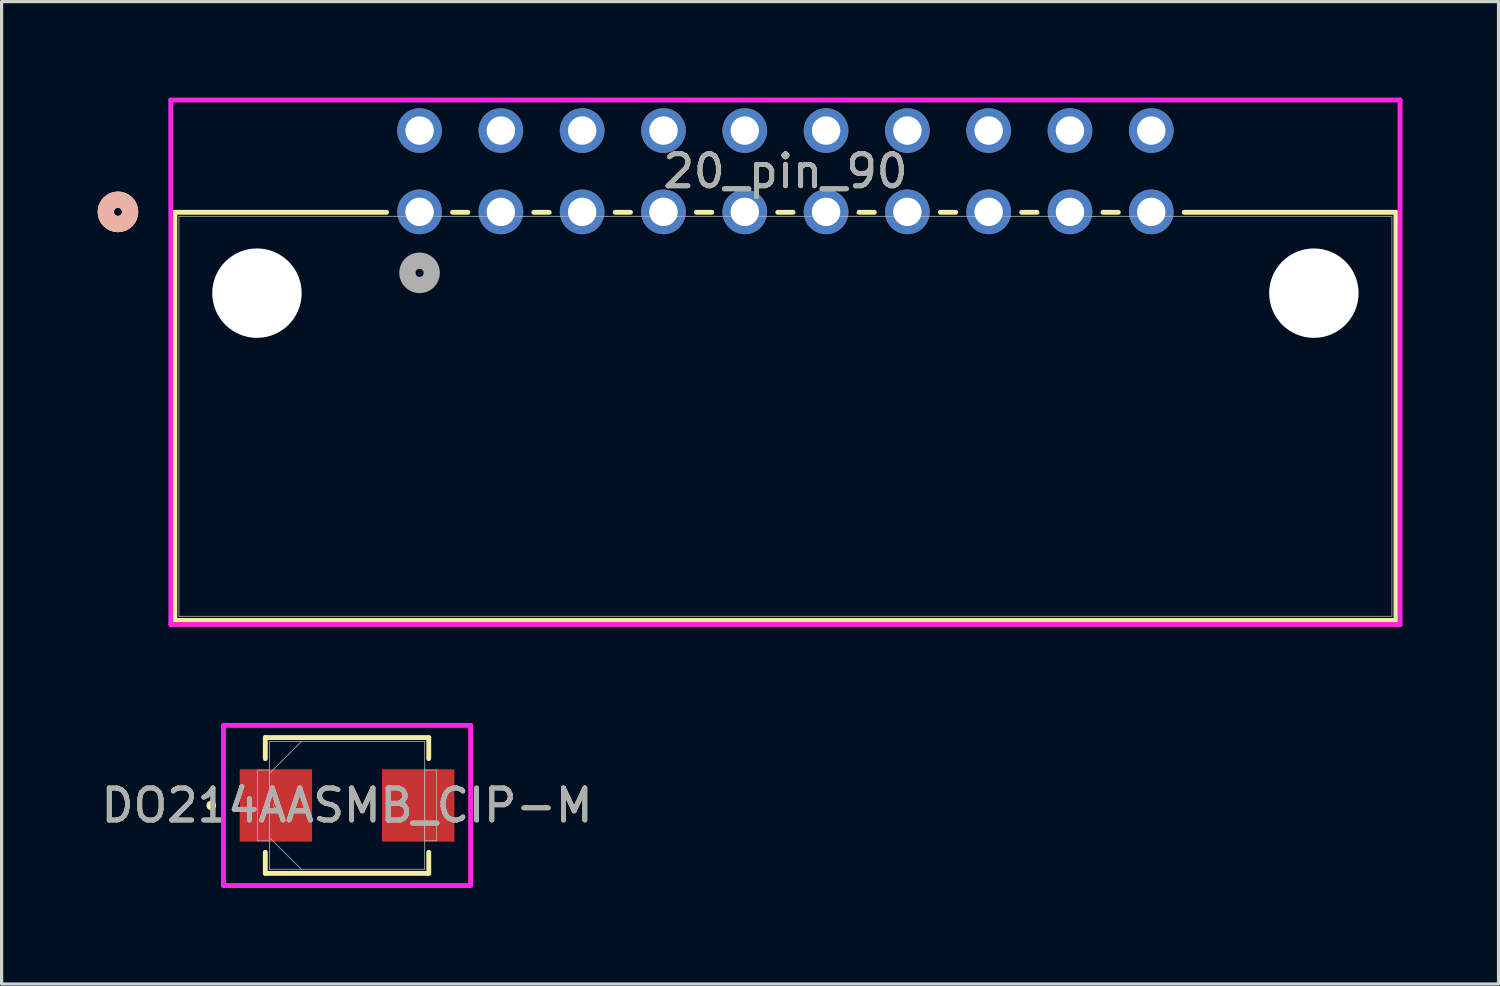
<source format=kicad_pcb>
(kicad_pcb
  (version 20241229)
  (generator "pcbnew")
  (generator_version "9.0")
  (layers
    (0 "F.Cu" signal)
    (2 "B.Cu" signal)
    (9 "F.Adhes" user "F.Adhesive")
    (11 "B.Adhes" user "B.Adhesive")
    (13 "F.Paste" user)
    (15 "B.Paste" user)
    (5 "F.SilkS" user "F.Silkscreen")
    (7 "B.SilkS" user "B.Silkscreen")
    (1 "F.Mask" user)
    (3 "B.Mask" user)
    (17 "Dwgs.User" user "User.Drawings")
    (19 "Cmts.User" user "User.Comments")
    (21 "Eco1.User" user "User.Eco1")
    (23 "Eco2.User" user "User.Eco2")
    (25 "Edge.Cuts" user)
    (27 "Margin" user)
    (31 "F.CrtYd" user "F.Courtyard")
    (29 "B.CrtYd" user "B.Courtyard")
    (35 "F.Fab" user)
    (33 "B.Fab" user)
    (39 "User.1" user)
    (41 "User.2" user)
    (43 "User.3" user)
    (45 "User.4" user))
  (footprint "DO214AASMB_CIP-M"
    (layer "F.Cu")
    (at 7.792 22.114)
    (property "Reference" "DO214AASMB_CIP-M" (at 0 0 0) (unlocked yes) (layer "F.SilkS") (effects (font (size 1 1) (thickness 0.15))))
    (attr smd)
    (fp_line (start -2.553 -2.121) (end -2.553 -1.463) (stroke (width 0.152) (type solid)) (layer "F.SilkS"))
    (fp_line (start -2.553 1.463) (end -2.553 2.121) (stroke (width 0.152) (type solid)) (layer "F.SilkS"))
    (fp_line (start -2.553 2.121) (end 2.553 2.121) (stroke (width 0.152) (type solid)) (layer "F.SilkS"))
    (fp_line (start 2.553 -2.121) (end -2.553 -2.121) (stroke (width 0.152) (type solid)) (layer "F.SilkS"))
    (fp_line (start 2.553 -1.463) (end 2.553 -2.121) (stroke (width 0.152) (type solid)) (layer "F.SilkS"))
    (fp_line (start 2.553 2.121) (end 2.553 1.463) (stroke (width 0.152) (type solid)) (layer "F.SilkS"))
    (fp_circle (center -4.242 0) (end -4.166 0) (stroke (width 0.152) (type solid)) (fill no) (layer "F.SilkS"))
    (fp_line (start -3.861 -2.502) (end 3.861 -2.502) (stroke (width 0.152) (type solid)) (layer "F.CrtYd"))
    (fp_line (start -3.861 2.502) (end -3.861 -2.502) (stroke (width 0.152) (type solid)) (layer "F.CrtYd"))
    (fp_line (start 3.861 -2.502) (end 3.861 2.502) (stroke (width 0.152) (type solid)) (layer "F.CrtYd"))
    (fp_line (start 3.861 2.502) (end -3.861 2.502) (stroke (width 0.152) (type solid)) (layer "F.CrtYd"))
    (fp_line (start -2.794 -1.105) (end -2.794 1.105) (stroke (width 0.025) (type solid)) (layer "F.Fab"))
    (fp_line (start -2.794 1.105) (end -2.426 1.105) (stroke (width 0.025) (type solid)) (layer "F.Fab"))
    (fp_line (start -2.426 -1.994) (end -2.426 1.994) (stroke (width 0.025) (type solid)) (layer "F.Fab"))
    (fp_line (start -2.426 -1.105) (end -2.794 -1.105) (stroke (width 0.025) (type solid)) (layer "F.Fab"))
    (fp_line (start -2.426 -0.997) (end -1.429 -1.994) (stroke (width 0.025) (type solid)) (layer "F.Fab"))
    (fp_line (start -2.426 0.997) (end -1.429 1.994) (stroke (width 0.025) (type solid)) (layer "F.Fab"))
    (fp_line (start -2.426 1.105) (end -2.426 -1.105) (stroke (width 0.025) (type solid)) (layer "F.Fab"))
    (fp_line (start -2.426 1.994) (end 2.426 1.994) (stroke (width 0.025) (type solid)) (layer "F.Fab"))
    (fp_line (start 2.426 -1.994) (end -2.426 -1.994) (stroke (width 0.025) (type solid)) (layer "F.Fab"))
    (fp_line (start 2.426 -1.105) (end 2.426 1.105) (stroke (width 0.025) (type solid)) (layer "F.Fab"))
    (fp_line (start 2.426 1.105) (end 2.794 1.105) (stroke (width 0.025) (type solid)) (layer "F.Fab"))
    (fp_line (start 2.426 1.994) (end 2.426 -1.994) (stroke (width 0.025) (type solid)) (layer "F.Fab"))
    (fp_line (start 2.794 -1.105) (end 2.426 -1.105) (stroke (width 0.025) (type solid)) (layer "F.Fab"))
    (fp_line (start 2.794 1.105) (end 2.794 -1.105) (stroke (width 0.025) (type solid)) (layer "F.Fab"))
    (fp_circle (center -2.223 0) (end -2.146 0) (stroke (width 0.025) (type solid)) (fill no) (layer "F.Fab"))
    (fp_text user "${REFERENCE}" (at 0 0 0) (unlocked yes) (layer "F.Fab") (effects (font (size 1 1) (thickness 0.15))))
    (pad "1" smd rect (at -2.223 0) (size 2.261 2.261) (layers "F.Cu" "F.Mask" "F.Paste"))
    (pad "2" smd rect (at 2.223 0) (size 2.261 2.261) (layers "F.Cu" "F.Mask" "F.Paste"))
    (zone (net_name "") (layer "F.Cu") (hatch full 0.508) (connect_pads) (min_thickness 0.254) (filled_areas_thickness no) (keepout (tracks not_allowed) (vias not_allowed) (pads allowed) (copperpour not_allowed) (footprints allowed)) (placement (enabled no)) (fill) (polygon (pts (xy 6.75 20.171) (xy 8.833 20.171) (xy 8.833 24.057) (xy 6.75 24.057)))))
  (footprint "20_pin_90"
    (layer "F.Cu")
    (at 10.058 3.569)
    (property "Reference" "20_pin_90" (at 11.43 -1.27 0) (unlocked yes) (layer "F.SilkS") (effects (font (size 1 1) (thickness 0.15))))
    (attr through_hole)
    (fp_line (start -7.645 0.013) (end -7.645 12.764) (stroke (width 0.152) (type solid)) (layer "F.SilkS"))
    (fp_line (start -7.645 12.764) (end 30.505 12.764) (stroke (width 0.152) (type solid)) (layer "F.SilkS"))
    (fp_line (start -1.031 0.013) (end -7.645 0.013) (stroke (width 0.152) (type solid)) (layer "F.SilkS"))
    (fp_line (start 1.509 0.013) (end 1.031 0.013) (stroke (width 0.152) (type solid)) (layer "F.SilkS"))
    (fp_line (start 4.049 0.013) (end 3.571 0.013) (stroke (width 0.152) (type solid)) (layer "F.SilkS"))
    (fp_line (start 6.589 0.013) (end 6.111 0.013) (stroke (width 0.152) (type solid)) (layer "F.SilkS"))
    (fp_line (start 9.129 0.013) (end 8.651 0.013) (stroke (width 0.152) (type solid)) (layer "F.SilkS"))
    (fp_line (start 11.669 0.013) (end 11.191 0.013) (stroke (width 0.152) (type solid)) (layer "F.SilkS"))
    (fp_line (start 14.209 0.013) (end 13.731 0.013) (stroke (width 0.152) (type solid)) (layer "F.SilkS"))
    (fp_line (start 16.749 0.013) (end 16.271 0.013) (stroke (width 0.152) (type solid)) (layer "F.SilkS"))
    (fp_line (start 19.289 0.013) (end 18.811 0.013) (stroke (width 0.152) (type solid)) (layer "F.SilkS"))
    (fp_line (start 21.829 0.013) (end 21.351 0.013) (stroke (width 0.152) (type solid)) (layer "F.SilkS"))
    (fp_line (start 30.505 0.013) (end 23.891 0.013) (stroke (width 0.152) (type solid)) (layer "F.SilkS"))
    (fp_line (start 30.505 12.764) (end 30.505 0.013) (stroke (width 0.152) (type solid)) (layer "F.SilkS"))
    (fp_circle (center -9.423 0) (end -9.042 0) (stroke (width 0.508) (type solid)) (fill no) (layer "F.SilkS"))
    (fp_circle (center -9.423 0) (end -9.042 0) (stroke (width 0.508) (type solid)) (fill no) (layer "B.SilkS"))
    (fp_line (start -7.772 -3.493) (end -7.772 12.891) (stroke (width 0.152) (type solid)) (layer "F.CrtYd"))
    (fp_line (start -7.772 12.891) (end 30.632 12.891) (stroke (width 0.152) (type solid)) (layer "F.CrtYd"))
    (fp_line (start 30.632 -3.493) (end -7.772 -3.493) (stroke (width 0.152) (type solid)) (layer "F.CrtYd"))
    (fp_line (start 30.632 12.891) (end 30.632 -3.493) (stroke (width 0.152) (type solid)) (layer "F.CrtYd"))
    (fp_line (start -7.518 0.14) (end -7.518 12.637) (stroke (width 0.025) (type solid)) (layer "F.Fab"))
    (fp_line (start -7.518 12.637) (end 30.378 12.637) (stroke (width 0.025) (type solid)) (layer "F.Fab"))
    (fp_line (start 30.378 0.14) (end -7.518 0.14) (stroke (width 0.025) (type solid)) (layer "F.Fab"))
    (fp_line (start 30.378 12.637) (end 30.378 0.14) (stroke (width 0.025) (type solid)) (layer "F.Fab"))
    (fp_circle (center 0 1.905) (end 0.381 1.905) (stroke (width 0.508) (type solid)) (fill no) (layer "F.Fab"))
    (fp_text user "${REFERENCE}" (at 11.43 -1.27 0) (unlocked yes) (layer "F.Fab") (effects (font (size 1 1) (thickness 0.15))))
    (pad "" np_thru_hole circle (at -5.08 2.54) (size 2.794 2.794) (drill 2.794) (layers "*.Cu" "*.Mask"))
    (pad "" np_thru_hole circle (at 27.94 2.54) (size 2.794 2.794) (drill 2.794) (layers "*.Cu" "*.Mask"))
    (pad "A1" thru_hole circle (at 0 0) (size 1.397 1.397) (drill 0.889) (layers "*.Cu" "*.Mask"))
    (pad "A2" thru_hole circle (at 2.54 0) (size 1.397 1.397) (drill 0.889) (layers "*.Cu" "*.Mask"))
    (pad "A3" thru_hole circle (at 5.08 0) (size 1.397 1.397) (drill 0.889) (layers "*.Cu" "*.Mask"))
    (pad "A4" thru_hole circle (at 7.62 0) (size 1.397 1.397) (drill 0.889) (layers "*.Cu" "*.Mask"))
    (pad "A5" thru_hole circle (at 10.16 0) (size 1.397 1.397) (drill 0.889) (layers "*.Cu" "*.Mask"))
    (pad "A6" thru_hole circle (at 12.7 0) (size 1.397 1.397) (drill 0.889) (layers "*.Cu" "*.Mask"))
    (pad "A7" thru_hole circle (at 15.24 0) (size 1.397 1.397) (drill 0.889) (layers "*.Cu" "*.Mask"))
    (pad "A8" thru_hole circle (at 17.78 0) (size 1.397 1.397) (drill 0.889) (layers "*.Cu" "*.Mask"))
    (pad "A9" thru_hole circle (at 20.32 0) (size 1.397 1.397) (drill 0.889) (layers "*.Cu" "*.Mask"))
    (pad "A10" thru_hole circle (at 22.86 0) (size 1.397 1.397) (drill 0.889) (layers "*.Cu" "*.Mask"))
    (pad "B1" thru_hole circle (at 0 -2.54) (size 1.397 1.397) (drill 0.889) (layers "*.Cu" "*.Mask"))
    (pad "B2" thru_hole circle (at 2.54 -2.54) (size 1.397 1.397) (drill 0.889) (layers "*.Cu" "*.Mask"))
    (pad "B3" thru_hole circle (at 5.08 -2.54) (size 1.397 1.397) (drill 0.889) (layers "*.Cu" "*.Mask"))
    (pad "B4" thru_hole circle (at 7.62 -2.54) (size 1.397 1.397) (drill 0.889) (layers "*.Cu" "*.Mask"))
    (pad "B5" thru_hole circle (at 10.16 -2.54) (size 1.397 1.397) (drill 0.889) (layers "*.Cu" "*.Mask"))
    (pad "B6" thru_hole circle (at 12.7 -2.54) (size 1.397 1.397) (drill 0.889) (layers "*.Cu" "*.Mask"))
    (pad "B7" thru_hole circle (at 15.24 -2.54) (size 1.397 1.397) (drill 0.889) (layers "*.Cu" "*.Mask"))
    (pad "B8" thru_hole circle (at 17.78 -2.54) (size 1.397 1.397) (drill 0.889) (layers "*.Cu" "*.Mask"))
    (pad "B9" thru_hole circle (at 20.32 -2.54) (size 1.397 1.397) (drill 0.889) (layers "*.Cu" "*.Mask"))
    (pad "B10" thru_hole circle (at 22.86 -2.54) (size 1.397 1.397) (drill 0.889) (layers "*.Cu" "*.Mask")))
  (gr_rect
    (start -3 -3)
    (end 43.767 27.692)
    (stroke (width 0.1) (type default))
    (fill no)
    (layer "Edge.Cuts")))
</source>
